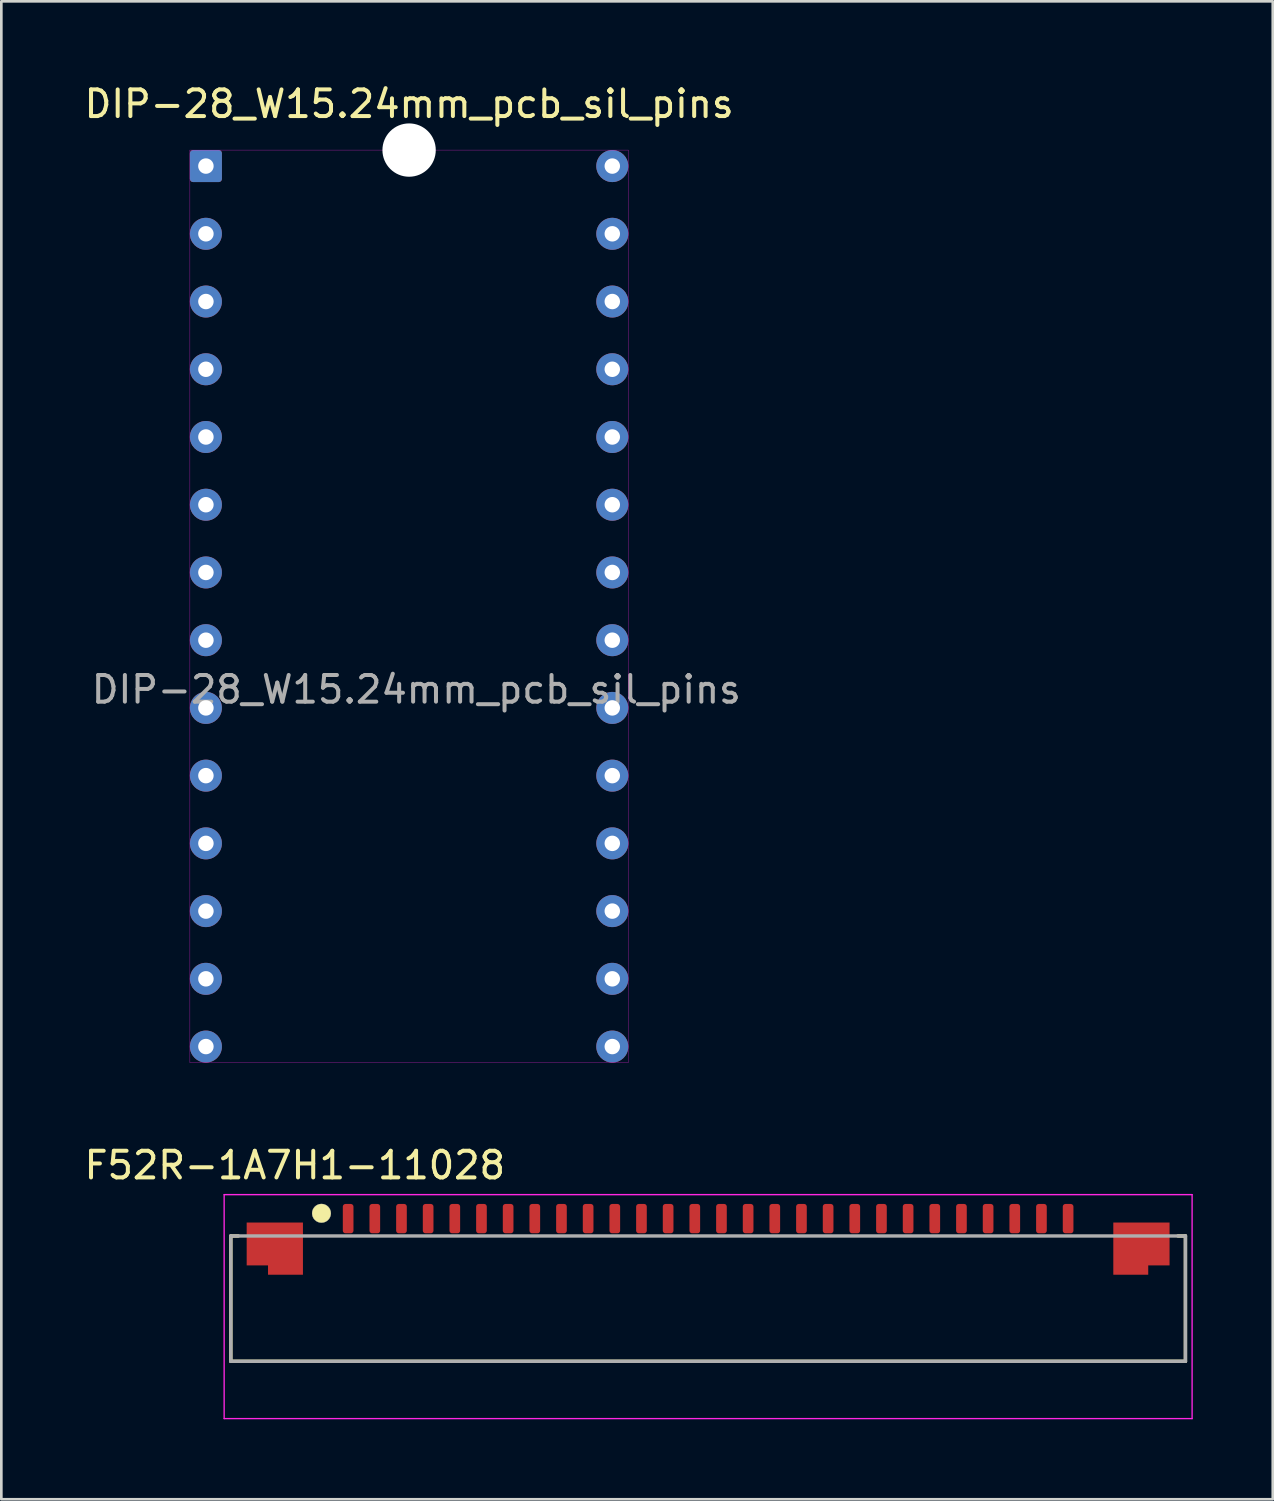
<source format=kicad_pcb>
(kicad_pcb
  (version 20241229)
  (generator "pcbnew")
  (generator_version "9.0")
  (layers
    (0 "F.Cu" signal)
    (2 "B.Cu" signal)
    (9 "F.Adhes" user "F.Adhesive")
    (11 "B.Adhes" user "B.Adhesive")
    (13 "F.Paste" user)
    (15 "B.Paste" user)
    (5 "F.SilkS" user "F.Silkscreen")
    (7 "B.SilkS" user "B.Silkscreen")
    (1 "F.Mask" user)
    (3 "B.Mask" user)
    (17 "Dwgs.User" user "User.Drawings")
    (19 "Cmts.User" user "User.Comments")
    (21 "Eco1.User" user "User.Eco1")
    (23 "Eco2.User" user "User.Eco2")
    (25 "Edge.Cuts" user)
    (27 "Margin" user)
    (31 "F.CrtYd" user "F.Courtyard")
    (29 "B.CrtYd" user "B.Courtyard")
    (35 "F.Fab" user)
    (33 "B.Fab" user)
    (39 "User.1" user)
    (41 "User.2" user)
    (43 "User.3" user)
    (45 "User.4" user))
  (footprint "F52R-1A7H1-11028"
    (layer "F.Cu")
    (at 23.506 45.651)
    (property "Reference" "F52R-1A7H1-11028" (at -15.5 -5 0) (unlocked yes) (layer "F.SilkS") (effects (font (size 1 1) (thickness 0.15))))
    (attr smd)
    (fp_poly (pts (xy -17.3 -2.85) (xy -17.3 -1.25) (xy -16.5 -1.25) (xy -16.5 -0.9) (xy -15.2 -0.9) (xy -15.2 -2.85)) (stroke (width 0.01) (type solid)) (fill yes) (layer "F.Mask"))
    (fp_poly (pts (xy 16.5 -0.9) (xy 15.2 -0.9) (xy 15.2 -2.85) (xy 17.3 -2.85) (xy 17.3 -1.25) (xy 16.5 -1.25)) (stroke (width 0.01) (type solid)) (fill yes) (layer "F.Mask"))
    (fp_line (start -17.9 -2.35) (end -17.62 -2.35) (stroke (width 0.127) (type solid)) (layer "F.SilkS"))
    (fp_line (start -17.9 2.35) (end -17.9 -2.35) (stroke (width 0.127) (type solid)) (layer "F.SilkS"))
    (fp_line (start 17.62 -2.35) (end 17.9 -2.35) (stroke (width 0.127) (type solid)) (layer "F.SilkS"))
    (fp_line (start 17.9 -2.35) (end 17.9 2.35) (stroke (width 0.127) (type solid)) (layer "F.SilkS"))
    (fp_line (start 17.9 2.35) (end -17.9 2.35) (stroke (width 0.127) (type solid)) (layer "F.SilkS"))
    (fp_circle (center -14.5 -3.2) (end -14.15 -3.2) (stroke (width 0.01) (type solid)) (fill yes) (layer "F.SilkS"))
    (fp_poly (pts (xy -17.3 -2.85) (xy -17.3 -1.25) (xy -16.5 -1.25) (xy -16.5 -0.9) (xy -15.2 -0.9) (xy -15.2 -2.85)) (stroke (width 0.01) (type solid)) (fill yes) (layer "F.Paste"))
    (fp_poly (pts (xy 16.5 -0.9) (xy 15.2 -0.9) (xy 15.2 -2.85) (xy 17.3 -2.85) (xy 17.3 -1.25) (xy 16.5 -1.25)) (stroke (width 0.01) (type solid)) (fill yes) (layer "F.Paste"))
    (fp_line (start -18.15 -3.9) (end -18.15 4.5) (stroke (width 0.05) (type solid)) (layer "F.CrtYd"))
    (fp_line (start -18.15 4.5) (end 18.15 4.5) (stroke (width 0.05) (type solid)) (layer "F.CrtYd"))
    (fp_line (start 18.15 -3.9) (end -18.15 -3.9) (stroke (width 0.05) (type solid)) (layer "F.CrtYd"))
    (fp_line (start 18.15 4.5) (end 18.15 -3.9) (stroke (width 0.05) (type solid)) (layer "F.CrtYd"))
    (fp_line (start -17.9 -2.35) (end 17.9 -2.35) (stroke (width 0.127) (type solid)) (layer "F.Fab"))
    (fp_line (start -17.9 2.35) (end -17.9 -2.35) (stroke (width 0.127) (type solid)) (layer "F.Fab"))
    (fp_line (start 17.9 -2.35) (end 17.9 2.35) (stroke (width 0.127) (type solid)) (layer "F.Fab"))
    (fp_line (start 17.9 2.35) (end -17.9 2.35) (stroke (width 0.127) (type solid)) (layer "F.Fab"))
    (fp_circle (center -14.5 -3.2) (end -14.15 -3.2) (stroke (width 0.01) (type solid)) (fill no) (layer "F.Fab"))
    (pad "1" smd roundrect (at -13.5 -3) (size 0.4 1.1) (layers "F.Cu" "F.Mask" "F.Paste") (roundrect_rratio 0.25))
    (pad "2" smd roundrect (at -12.5 -3) (size 0.4 1.1) (layers "F.Cu" "F.Mask" "F.Paste") (roundrect_rratio 0.25))
    (pad "3" smd roundrect (at -11.5 -3) (size 0.4 1.1) (layers "F.Cu" "F.Mask" "F.Paste") (roundrect_rratio 0.25))
    (pad "4" smd roundrect (at -10.5 -3) (size 0.4 1.1) (layers "F.Cu" "F.Mask" "F.Paste") (roundrect_rratio 0.25))
    (pad "5" smd roundrect (at -9.5 -3) (size 0.4 1.1) (layers "F.Cu" "F.Mask" "F.Paste") (roundrect_rratio 0.25))
    (pad "6" smd roundrect (at -8.5 -3) (size 0.4 1.1) (layers "F.Cu" "F.Mask" "F.Paste") (roundrect_rratio 0.25))
    (pad "7" smd roundrect (at -7.5 -3) (size 0.4 1.1) (layers "F.Cu" "F.Mask" "F.Paste") (roundrect_rratio 0.25))
    (pad "8" smd roundrect (at -6.5 -3) (size 0.4 1.1) (layers "F.Cu" "F.Mask" "F.Paste") (roundrect_rratio 0.25))
    (pad "9" smd roundrect (at -5.5 -3) (size 0.4 1.1) (layers "F.Cu" "F.Mask" "F.Paste") (roundrect_rratio 0.25))
    (pad "10" smd roundrect (at -4.5 -3) (size 0.4 1.1) (layers "F.Cu" "F.Mask" "F.Paste") (roundrect_rratio 0.25))
    (pad "11" smd roundrect (at -3.5 -3) (size 0.4 1.1) (layers "F.Cu" "F.Mask" "F.Paste") (roundrect_rratio 0.25))
    (pad "12" smd roundrect (at -2.5 -3) (size 0.4 1.1) (layers "F.Cu" "F.Mask" "F.Paste") (roundrect_rratio 0.25))
    (pad "13" smd roundrect (at -1.5 -3) (size 0.4 1.1) (layers "F.Cu" "F.Mask" "F.Paste") (roundrect_rratio 0.25))
    (pad "14" smd roundrect (at -0.5 -3) (size 0.4 1.1) (layers "F.Cu" "F.Mask" "F.Paste") (roundrect_rratio 0.25))
    (pad "15" smd roundrect (at 0.5 -3) (size 0.4 1.1) (layers "F.Cu" "F.Mask" "F.Paste") (roundrect_rratio 0.25))
    (pad "16" smd roundrect (at 1.5 -3) (size 0.4 1.1) (layers "F.Cu" "F.Mask" "F.Paste") (roundrect_rratio 0.25))
    (pad "17" smd roundrect (at 2.5 -3) (size 0.4 1.1) (layers "F.Cu" "F.Mask" "F.Paste") (roundrect_rratio 0.25))
    (pad "18" smd roundrect (at 3.5 -3) (size 0.4 1.1) (layers "F.Cu" "F.Mask" "F.Paste") (roundrect_rratio 0.25))
    (pad "19" smd roundrect (at 4.5 -3) (size 0.4 1.1) (layers "F.Cu" "F.Mask" "F.Paste") (roundrect_rratio 0.25))
    (pad "20" smd roundrect (at 5.5 -3) (size 0.4 1.1) (layers "F.Cu" "F.Mask" "F.Paste") (roundrect_rratio 0.25))
    (pad "21" smd roundrect (at 6.5 -3) (size 0.4 1.1) (layers "F.Cu" "F.Mask" "F.Paste") (roundrect_rratio 0.25))
    (pad "22" smd roundrect (at 7.5 -3) (size 0.4 1.1) (layers "F.Cu" "F.Mask" "F.Paste") (roundrect_rratio 0.25))
    (pad "23" smd roundrect (at 8.5 -3) (size 0.4 1.1) (layers "F.Cu" "F.Mask" "F.Paste") (roundrect_rratio 0.25))
    (pad "24" smd roundrect (at 9.5 -3) (size 0.4 1.1) (layers "F.Cu" "F.Mask" "F.Paste") (roundrect_rratio 0.25))
    (pad "25" smd roundrect (at 10.5 -3) (size 0.4 1.1) (layers "F.Cu" "F.Mask" "F.Paste") (roundrect_rratio 0.25))
    (pad "26" smd roundrect (at 11.5 -3) (size 0.4 1.1) (layers "F.Cu" "F.Mask" "F.Paste") (roundrect_rratio 0.25))
    (pad "27" smd roundrect (at 12.5 -3) (size 0.4 1.1) (layers "F.Cu" "F.Mask" "F.Paste") (roundrect_rratio 0.25))
    (pad "28" smd roundrect (at 13.5 -3) (size 0.4 1.1) (layers "F.Cu" "F.Mask" "F.Paste") (roundrect_rratio 0.25))
    (pad "SH1" smd custom (at -16.25 -1.875) (size 0.6 0.6) (layers "F.Cu") (options (anchor rect)) (primitives (gr_poly (pts (xy -1.05 -0.975) (xy -1.05 0.625) (xy -0.25 0.625) (xy -0.25 0.975) (xy 1.05 0.975) (xy 1.05 -0.975)) (width 0.01) (fill yes))))
    (pad "SH2" smd custom (at 16.25 -1.875) (size 0.6 0.6) (layers "F.Cu") (options (anchor rect)) (primitives (gr_poly (pts (xy 0.25 0.975) (xy -1.05 0.975) (xy -1.05 -0.975) (xy 1.05 -0.975) (xy 1.05 0.625) (xy 0.25 0.625)) (width 0.01) (fill yes)))))
  (footprint "DIP-28_W15.24mm_pcb_sil_pins"
    (layer "F.Cu")
    (at 12.292 19.688)
    (property "Reference" "DIP-28_W15.24mm_pcb_sil_pins" (at 0 -18.84 0) (layer "F.SilkS") (effects (font (size 1 1) (thickness 0.15))))
    (attr through_hole)
    (fp_line (start -8.22 -17.11) (end -8.22 17.11) (stroke (width 0.01) (type solid)) (layer "F.CrtYd"))
    (fp_line (start -8.22 17.11) (end 8.22 17.11) (stroke (width 0.01) (type solid)) (layer "F.CrtYd"))
    (fp_line (start 8.22 -17.11) (end -8.22 -17.11) (stroke (width 0.01) (type solid)) (layer "F.CrtYd"))
    (fp_line (start 8.22 17.11) (end 8.22 -17.11) (stroke (width 0.01) (type solid)) (layer "F.CrtYd"))
    (fp_text user "${REFERENCE}" (at 0.27 3.12 0) (layer "F.Fab") (effects (font (size 1 1) (thickness 0.15))))
    (pad "" np_thru_hole circle (at 0 -17.11) (size 2 2) (drill 2) (layers "*.Cu" "*.Mask"))
    (pad "1" thru_hole roundrect (at -7.62 -16.51) (size 1.2 1.2) (drill 0.58) (layers "*.Cu" "*.Mask") (roundrect_rratio 0.1))
    (pad "2" thru_hole circle (at -7.62 -13.97) (size 1.2 1.2) (drill 0.58) (layers "*.Cu" "*.Mask"))
    (pad "3" thru_hole circle (at -7.62 -11.43) (size 1.2 1.2) (drill 0.58) (layers "*.Cu" "*.Mask"))
    (pad "4" thru_hole circle (at -7.62 -8.89) (size 1.2 1.2) (drill 0.58) (layers "*.Cu" "*.Mask"))
    (pad "5" thru_hole circle (at -7.62 -6.35) (size 1.2 1.2) (drill 0.58) (layers "*.Cu" "*.Mask"))
    (pad "6" thru_hole circle (at -7.62 -3.81) (size 1.2 1.2) (drill 0.58) (layers "*.Cu" "*.Mask"))
    (pad "7" thru_hole circle (at -7.62 -1.27) (size 1.2 1.2) (drill 0.58) (layers "*.Cu" "*.Mask"))
    (pad "8" thru_hole circle (at -7.62 1.27) (size 1.2 1.2) (drill 0.58) (layers "*.Cu" "*.Mask"))
    (pad "9" thru_hole circle (at -7.62 3.81) (size 1.2 1.2) (drill 0.58) (layers "*.Cu" "*.Mask"))
    (pad "10" thru_hole circle (at -7.62 6.35) (size 1.2 1.2) (drill 0.58) (layers "*.Cu" "*.Mask"))
    (pad "11" thru_hole circle (at -7.62 8.89) (size 1.2 1.2) (drill 0.58) (layers "*.Cu" "*.Mask"))
    (pad "12" thru_hole circle (at -7.62 11.43) (size 1.2 1.2) (drill 0.58) (layers "*.Cu" "*.Mask"))
    (pad "13" thru_hole circle (at -7.62 13.97) (size 1.2 1.2) (drill 0.58) (layers "*.Cu" "*.Mask"))
    (pad "14" thru_hole circle (at -7.62 16.51) (size 1.2 1.2) (drill 0.58) (layers "*.Cu" "*.Mask"))
    (pad "15" thru_hole circle (at 7.62 16.51) (size 1.2 1.2) (drill 0.58) (layers "*.Cu" "*.Mask"))
    (pad "16" thru_hole circle (at 7.62 13.97) (size 1.2 1.2) (drill 0.58) (layers "*.Cu" "*.Mask"))
    (pad "17" thru_hole circle (at 7.62 11.43) (size 1.2 1.2) (drill 0.58) (layers "*.Cu" "*.Mask"))
    (pad "18" thru_hole circle (at 7.62 8.89) (size 1.2 1.2) (drill 0.58) (layers "*.Cu" "*.Mask"))
    (pad "19" thru_hole circle (at 7.62 6.35) (size 1.2 1.2) (drill 0.58) (layers "*.Cu" "*.Mask"))
    (pad "20" thru_hole circle (at 7.62 3.81) (size 1.2 1.2) (drill 0.58) (layers "*.Cu" "*.Mask"))
    (pad "21" thru_hole circle (at 7.62 1.27) (size 1.2 1.2) (drill 0.58) (layers "*.Cu" "*.Mask"))
    (pad "22" thru_hole circle (at 7.62 -1.27) (size 1.2 1.2) (drill 0.58) (layers "*.Cu" "*.Mask"))
    (pad "23" thru_hole circle (at 7.62 -3.81) (size 1.2 1.2) (drill 0.58) (layers "*.Cu" "*.Mask"))
    (pad "24" thru_hole circle (at 7.62 -6.35) (size 1.2 1.2) (drill 0.58) (layers "*.Cu" "*.Mask"))
    (pad "25" thru_hole circle (at 7.62 -8.89) (size 1.2 1.2) (drill 0.58) (layers "*.Cu" "*.Mask"))
    (pad "26" thru_hole circle (at 7.62 -11.43) (size 1.2 1.2) (drill 0.58) (layers "*.Cu" "*.Mask"))
    (pad "27" thru_hole circle (at 7.62 -13.97) (size 1.2 1.2) (drill 0.58) (layers "*.Cu" "*.Mask"))
    (pad "28" thru_hole circle (at 7.62 -16.51) (size 1.2 1.2) (drill 0.58) (layers "*.Cu" "*.Mask")))
  (gr_rect
    (start -3 -3)
    (end 44.681 53.176)
    (stroke (width 0.1) (type default))
    (fill no)
    (layer "Edge.Cuts")))
</source>
